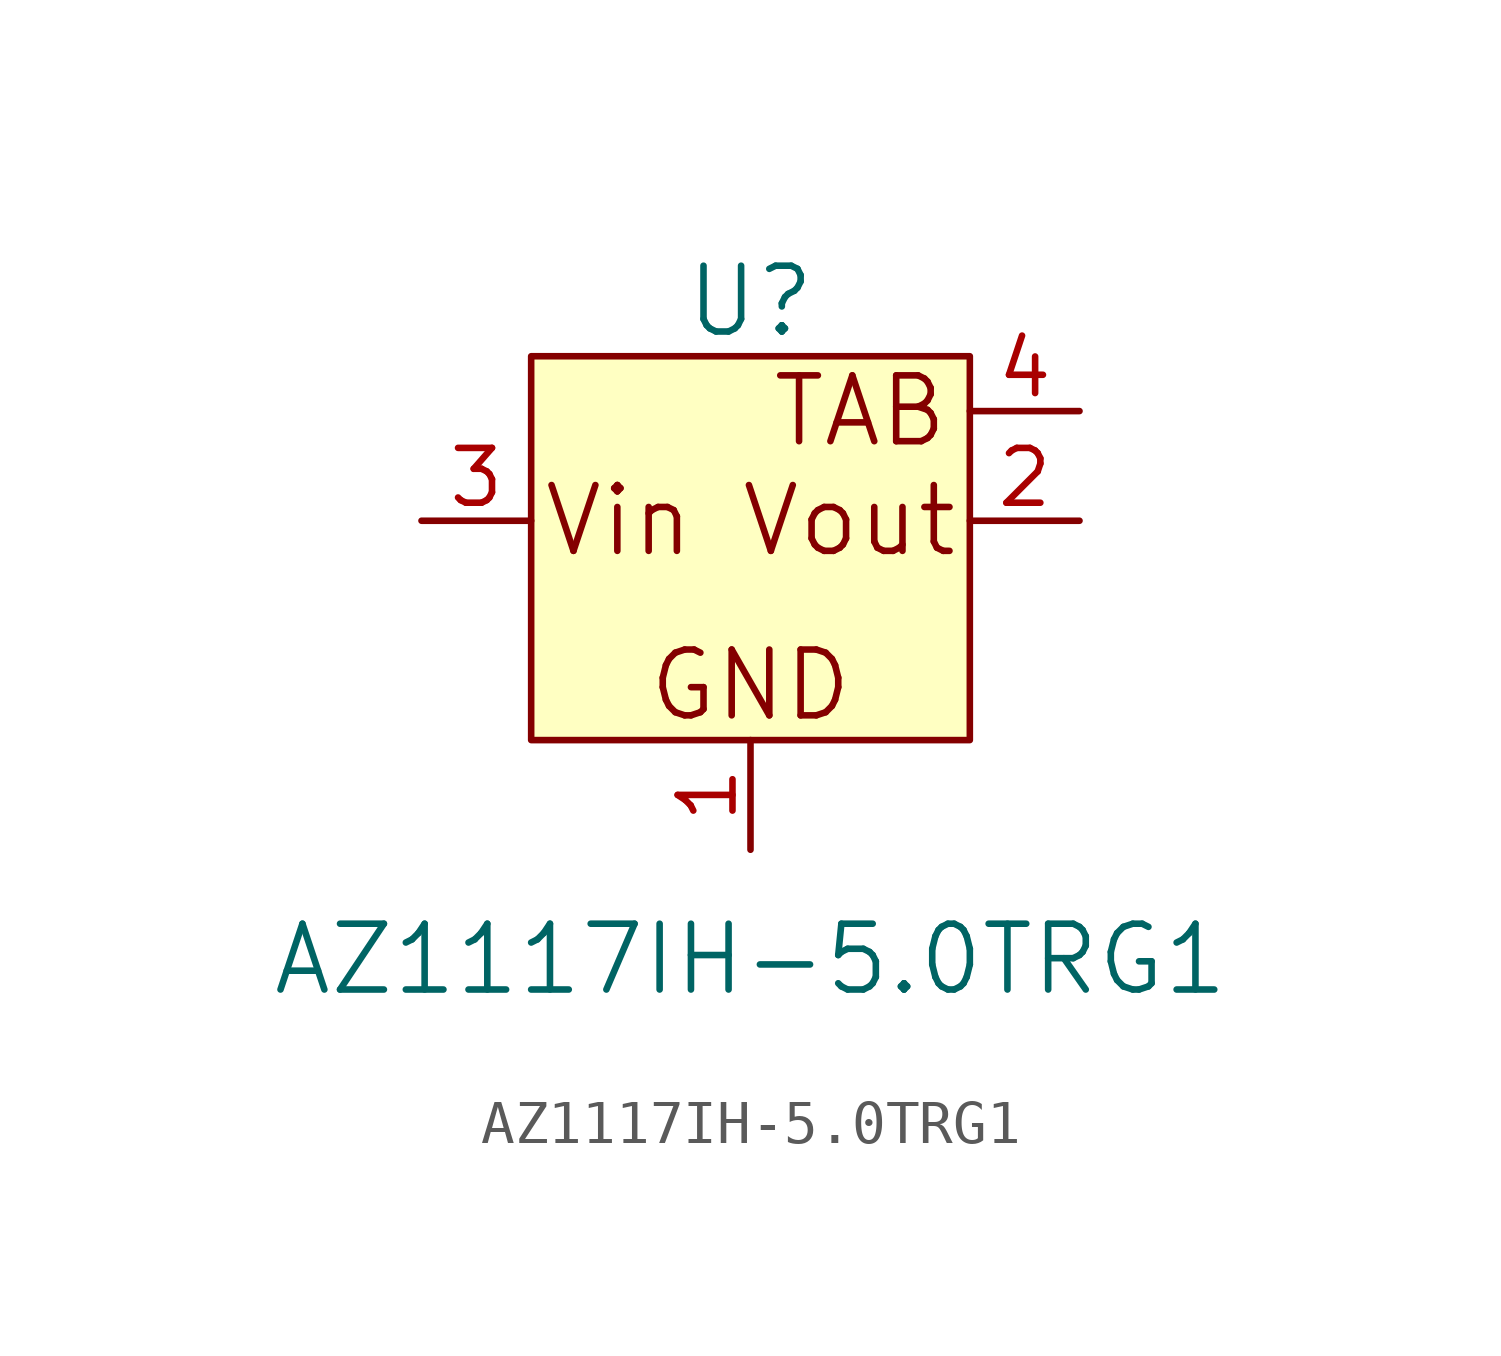
<source format=kicad_sym>
(kicad_symbol_lib
  (version 20241209)
  (generator "kicad_symbol_editor")
  (generator_version "9.0")
  (symbol "AZ1117IH-5.0TRG1"
    (pin_names
      (offset 0)
      (hide yes))
    (property "Reference" "U"
      (at 0 5.08 0)
      (effects (font (size 1.524 1.524))))
    (property "Value" "AZ1117IH-5.0TRG1"
      (at 0 -10.16 0)
      (effects (font (size 1.524 1.524))))
    (symbol "AZ1117IH-5.0TRG1_0_0"
      (rectangle (start -5.08 -5.08) (end 5.08 3.81) (stroke (width 0) (type default)) (fill (type background)))
      (text "Vin" (at -3.048 0 0) (effects (font (size 1.524 1.524))))
      (text "GND" (at 0 -3.81 0) (effects (font (size 1.524 1.524))))
      (text "Vout" (at 2.286 0 0) (effects (font (size 1.524 1.524))))
      (text "TAB" (at 2.54 2.54 0) (effects (font (size 1.524 1.524)))))
    (symbol "AZ1117IH-5.0TRG1_1_1"
      (pin input line (at -7.62 0 0) (length 2.54) (name "Vin" (effects (font (size 1.27 1.27)))) (number "3" (effects (font (size 1.27 1.27)))))
      (pin input line (at 0 -7.62 90) (length 2.54) (name "GND" (effects (font (size 1.27 1.27)))) (number "1" (effects (font (size 1.27 1.27)))))
      (pin input line (at 7.62 2.54 180) (length 2.54) (name "Vout_(TAB)" (effects (font (size 1.27 1.27)))) (number "4" (effects (font (size 1.27 1.27)))))
      (pin input line (at 7.62 0 180) (length 2.54) (name "Vout" (effects (font (size 1.27 1.27)))) (number "2" (effects (font (size 1.27 1.27))))))))
</source>
